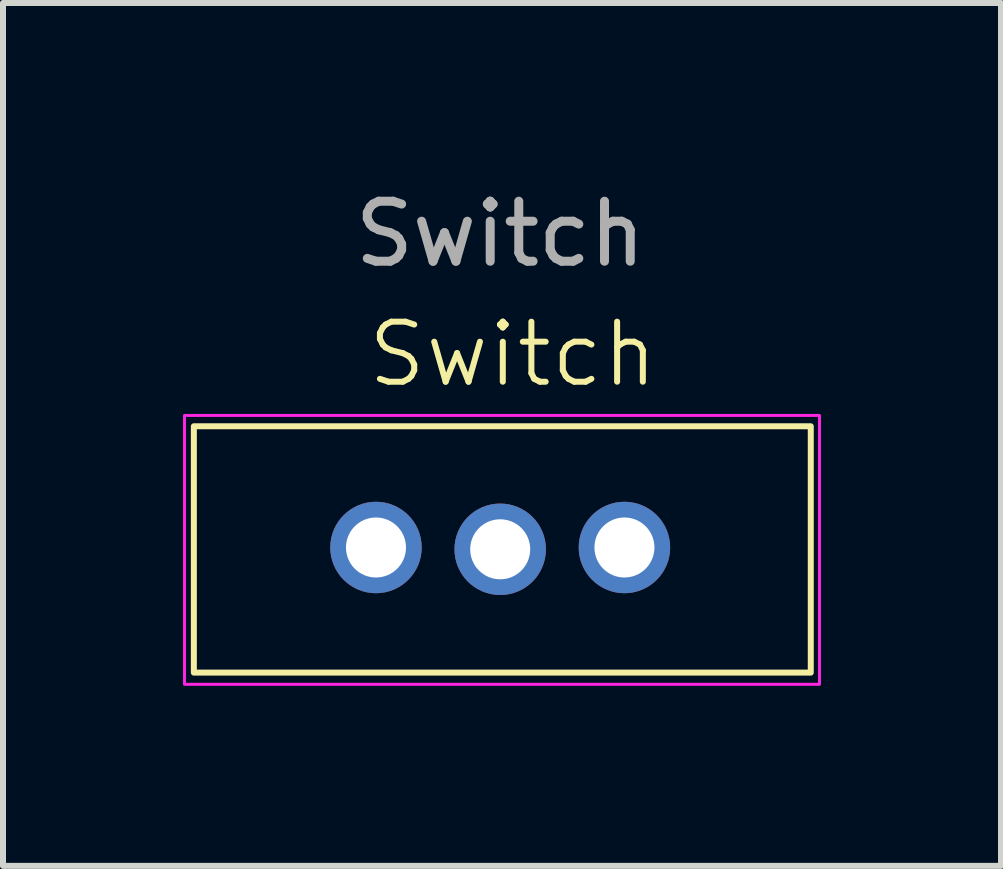
<source format=kicad_pcb>
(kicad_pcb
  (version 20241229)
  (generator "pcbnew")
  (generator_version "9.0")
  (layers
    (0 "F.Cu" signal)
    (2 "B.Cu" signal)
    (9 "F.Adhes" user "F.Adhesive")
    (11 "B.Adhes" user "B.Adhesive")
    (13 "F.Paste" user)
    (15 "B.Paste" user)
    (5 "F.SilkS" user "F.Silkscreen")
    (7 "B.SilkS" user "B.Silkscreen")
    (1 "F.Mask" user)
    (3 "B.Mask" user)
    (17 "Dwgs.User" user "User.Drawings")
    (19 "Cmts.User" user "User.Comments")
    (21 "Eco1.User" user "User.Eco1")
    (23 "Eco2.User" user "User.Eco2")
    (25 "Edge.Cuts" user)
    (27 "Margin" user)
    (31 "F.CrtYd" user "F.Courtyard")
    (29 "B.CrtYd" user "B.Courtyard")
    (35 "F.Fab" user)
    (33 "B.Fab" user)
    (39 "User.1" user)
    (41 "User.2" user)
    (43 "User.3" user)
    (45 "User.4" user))
  (footprint "Switch"
    (layer "F.Cu")
    (at 5.285 6.103)
    (property "Reference" "Switch" (at 0.21 -3.25 0) (unlocked yes) (layer "F.SilkS") (effects (font (size 1 1) (thickness 0.1))))
    (attr through_hole)
    (fp_rect (start -5.105 -2.05) (end 5.175 2.055) (stroke (width 0.1) (type default)) (fill no) (layer "F.SilkS"))
    (fp_rect (start -5.26 -2.23) (end 5.32 2.25) (stroke (width 0.05) (type default)) (fill no) (layer "F.CrtYd"))
    (fp_text user "${REFERENCE}" (at 0 -5.255 0) (unlocked yes) (layer "F.Fab") (effects (font (size 1 1) (thickness 0.15))))
    (pad "1" thru_hole circle (at -2.07 -0.03) (size 1.524 1.524) (drill 1) (layers "*.Cu" "*.Mask"))
    (pad "2" thru_hole circle (at 0 0) (size 1.524 1.524) (drill 1) (layers "*.Cu" "*.Mask"))
    (pad "3" thru_hole circle (at 2.07 -0.03) (size 1.524 1.524) (drill 1) (layers "*.Cu" "*.Mask")))
  (gr_rect
    (start -3 -3)
    (end 13.63 11.378)
    (stroke (width 0.1) (type default))
    (fill no)
    (layer "Edge.Cuts")))
</source>
